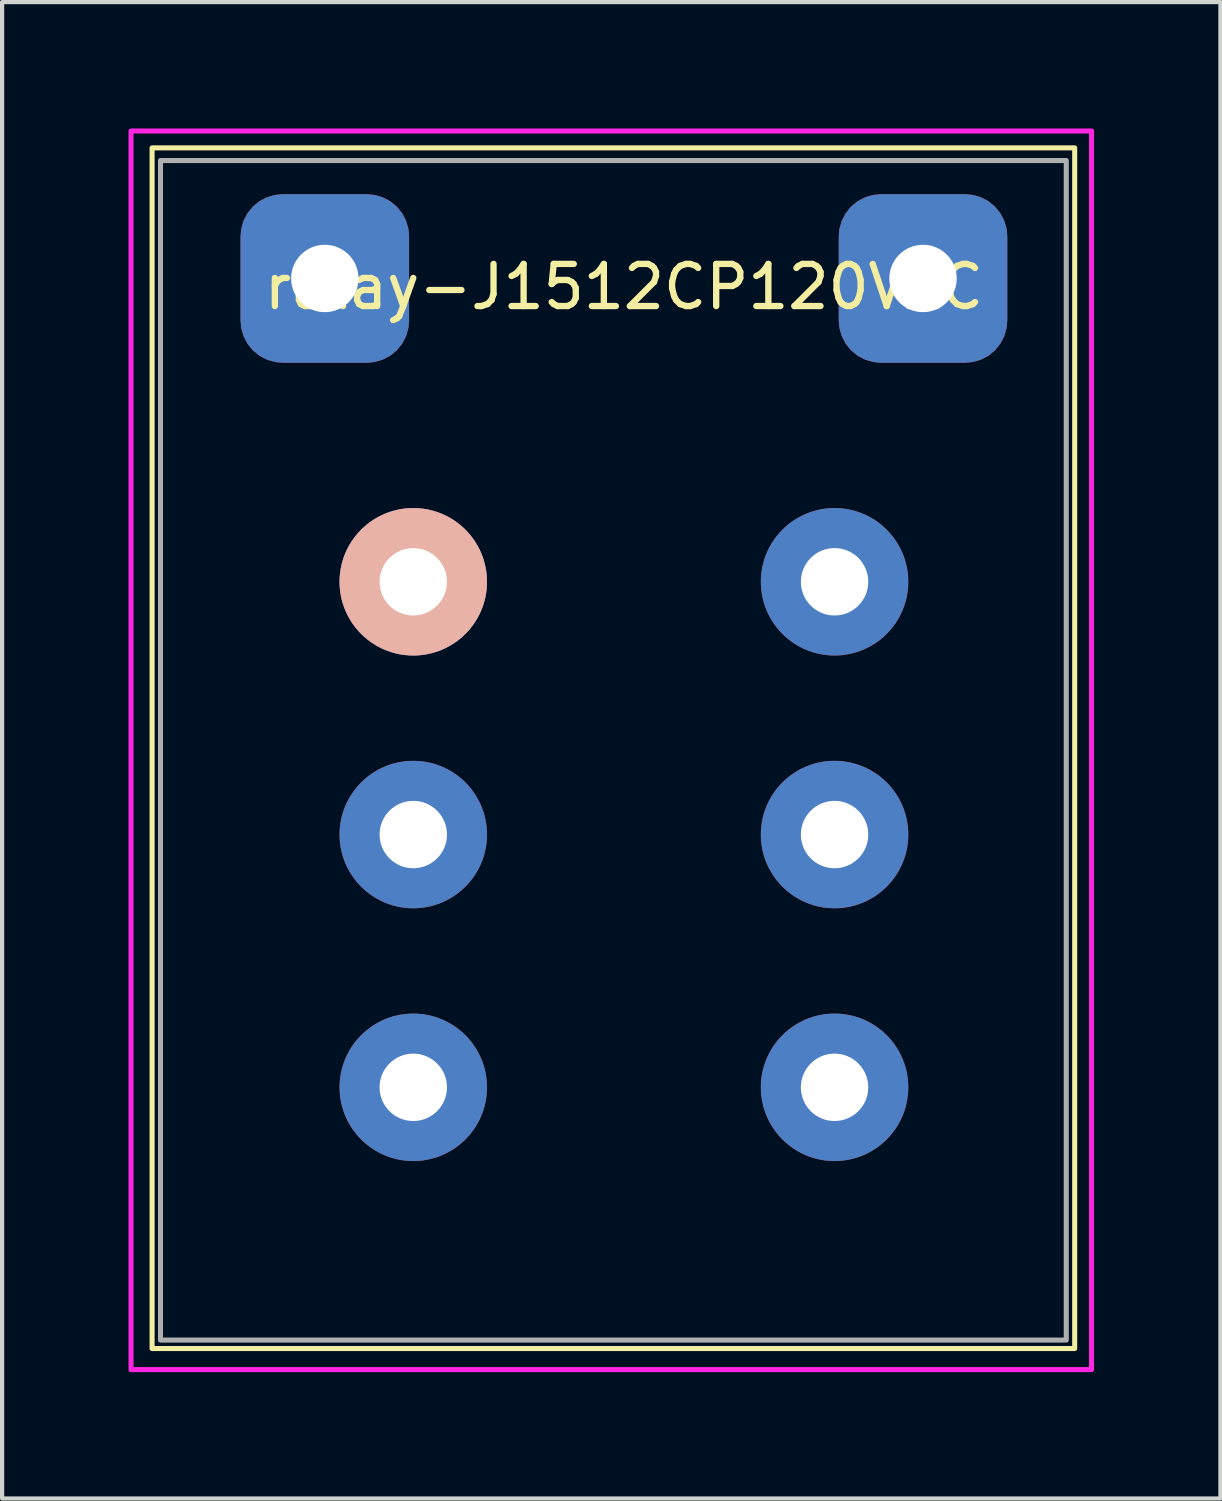
<source format=kicad_pcb>
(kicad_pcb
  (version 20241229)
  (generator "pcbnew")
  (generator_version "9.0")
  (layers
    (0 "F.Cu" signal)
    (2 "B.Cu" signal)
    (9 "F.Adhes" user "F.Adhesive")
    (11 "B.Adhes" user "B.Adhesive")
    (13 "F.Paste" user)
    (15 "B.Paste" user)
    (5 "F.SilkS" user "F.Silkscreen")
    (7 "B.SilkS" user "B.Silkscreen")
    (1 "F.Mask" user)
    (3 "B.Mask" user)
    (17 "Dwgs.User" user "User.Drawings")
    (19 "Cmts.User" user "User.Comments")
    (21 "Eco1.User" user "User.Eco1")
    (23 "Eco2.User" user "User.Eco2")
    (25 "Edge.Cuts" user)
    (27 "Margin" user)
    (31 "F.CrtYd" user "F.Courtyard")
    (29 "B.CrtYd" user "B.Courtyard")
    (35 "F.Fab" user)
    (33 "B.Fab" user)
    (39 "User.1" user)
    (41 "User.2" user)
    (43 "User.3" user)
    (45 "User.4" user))
  (footprint "relay-J1512CP120VAC"
    (layer "F.Cu")
    (at 11.76 13.76)
    (property "Reference" "relay-J1512CP120VAC" (at 0 -10 0) (unlocked yes) (layer "F.SilkS") (effects (font (size 1 1) (thickness 0.15))))
    (attr through_hole)
    (fp_rect (start -11.2 -13.3) (end 10.7 15.2) (stroke (width 0.12) (type solid)) (fill no) (layer "F.SilkS"))
    (fp_rect (start -11.7 -13.7) (end 11.1 15.7) (stroke (width 0.12) (type solid)) (fill no) (layer "F.CrtYd"))
    (fp_rect (start -11 -13) (end 10.5 15) (stroke (width 0.12) (type solid)) (fill no) (layer "F.Fab"))
    (pad "1" thru_hole circle (at -5 9) (size 3.5 3.5) (drill 1.6) (layers "*.Cu" "*.Mask"))
    (pad "4" thru_hole circle (at 5 9) (size 3.5 3.5) (drill 1.6) (layers "*.Cu" "*.Mask"))
    (pad "5" thru_hole circle (at -5 3) (size 3.5 3.5) (drill 1.6) (layers "*.Cu" "*.Mask"))
    (pad "8" thru_hole circle (at 5 -3) (size 3.5 3.5) (drill 1.6) (layers "*.Cu" "*.Mask"))
    (pad "9" thru_hole circle (at -5 -3) (size 3.5 3.5) (drill 1.6) (layers "*.Cu" "*.Mask" "B.SilkS"))
    (pad "12" thru_hole circle (at 5 3) (size 3.5 3.5) (drill 1.6) (layers "*.Cu" "*.Mask"))
    (pad "13" thru_hole roundrect (at -7.1 -10.2) (size 4 4) (drill 1.6) (layers "*.Cu" "*.Mask") (roundrect_rratio 0.25))
    (pad "14" thru_hole roundrect (at 7.1 -10.2) (size 4 4) (drill 1.6) (layers "*.Cu" "F.Mask") (roundrect_rratio 0.25)))
  (gr_rect
    (start -3 -3)
    (end 25.92 32.52)
    (stroke (width 0.1) (type default))
    (fill no)
    (layer "Edge.Cuts")))
</source>
